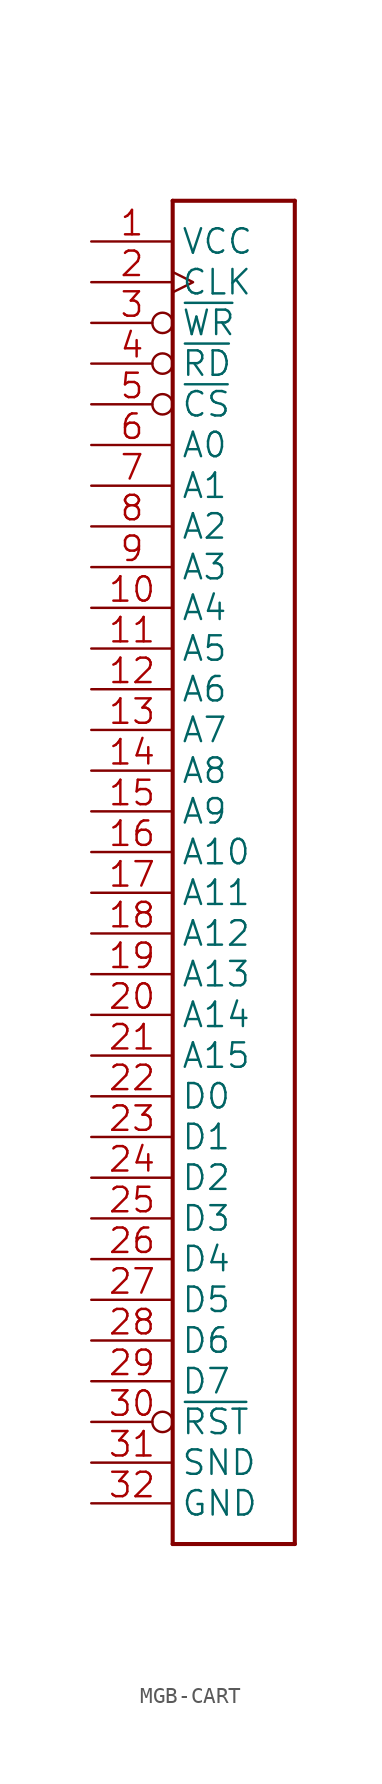
<source format=kicad_sym>
(kicad_symbol_lib
  (version 20241209)
  (generator "kicad_symbol_editor")
  (generator_version "9.0")
  (symbol "MGB-CART"
    (property "Reference" ""
      (at 0 0 0)
      (effects (font (size 1.27 1.27)) (hide yes)))
    (property "ki_locked" ""
      (at 0 0 0)
      (effects (font (size 1.27 1.27))))
    (symbol "MGB-CART_1_0"
      (polyline (pts (xy 0 40.64) (xy 7.62 40.64)) (stroke (width 0.254) (type solid)) (fill (type none)))
      (polyline (pts (xy 0 -43.18) (xy 0 40.64)) (stroke (width 0.254) (type solid)) (fill (type none)))
      (polyline (pts (xy 7.62 40.64) (xy 7.62 -43.18)) (stroke (width 0.254) (type solid)) (fill (type none)))
      (polyline (pts (xy 7.62 -43.18) (xy 0 -43.18)) (stroke (width 0.254) (type solid)) (fill (type none)))
      (pin power_in line (at -5.08 38.1 0) (length 5.08) (name "VCC" (effects (font (size 1.524 1.524)))) (number "1" (effects (font (size 1.524 1.524)))))
      (pin input clock (at -5.08 35.56 0) (length 5.08) (name "CLK" (effects (font (size 1.524 1.524)))) (number "2" (effects (font (size 1.524 1.524)))))
      (pin output inverted (at -5.08 33.02 0) (length 5.08) (name "~{WR}" (effects (font (size 1.524 1.524)))) (number "3" (effects (font (size 1.524 1.524)))))
      (pin output inverted (at -5.08 30.48 0) (length 5.08) (name "~{RD}" (effects (font (size 1.524 1.524)))) (number "4" (effects (font (size 1.524 1.524)))))
      (pin output inverted (at -5.08 27.94 0) (length 5.08) (name "~{CS}" (effects (font (size 1.524 1.524)))) (number "5" (effects (font (size 1.524 1.524)))))
      (pin output line (at -5.08 25.4 0) (length 5.08) (name "A0" (effects (font (size 1.524 1.524)))) (number "6" (effects (font (size 1.524 1.524)))))
      (pin output line (at -5.08 22.86 0) (length 5.08) (name "A1" (effects (font (size 1.524 1.524)))) (number "7" (effects (font (size 1.524 1.524)))))
      (pin output line (at -5.08 20.32 0) (length 5.08) (name "A2" (effects (font (size 1.524 1.524)))) (number "8" (effects (font (size 1.524 1.524)))))
      (pin output line (at -5.08 17.78 0) (length 5.08) (name "A3" (effects (font (size 1.524 1.524)))) (number "9" (effects (font (size 1.524 1.524)))))
      (pin output line (at -5.08 15.24 0) (length 5.08) (name "A4" (effects (font (size 1.524 1.524)))) (number "10" (effects (font (size 1.524 1.524)))))
      (pin output line (at -5.08 12.7 0) (length 5.08) (name "A5" (effects (font (size 1.524 1.524)))) (number "11" (effects (font (size 1.524 1.524)))))
      (pin output line (at -5.08 10.16 0) (length 5.08) (name "A6" (effects (font (size 1.524 1.524)))) (number "12" (effects (font (size 1.524 1.524)))))
      (pin output line (at -5.08 7.62 0) (length 5.08) (name "A7" (effects (font (size 1.524 1.524)))) (number "13" (effects (font (size 1.524 1.524)))))
      (pin output line (at -5.08 5.08 0) (length 5.08) (name "A8" (effects (font (size 1.524 1.524)))) (number "14" (effects (font (size 1.524 1.524)))))
      (pin output line (at -5.08 2.54 0) (length 5.08) (name "A9" (effects (font (size 1.524 1.524)))) (number "15" (effects (font (size 1.524 1.524)))))
      (pin output line (at -5.08 0 0) (length 5.08) (name "A10" (effects (font (size 1.524 1.524)))) (number "16" (effects (font (size 1.524 1.524)))))
      (pin output line (at -5.08 -2.54 0) (length 5.08) (name "A11" (effects (font (size 1.524 1.524)))) (number "17" (effects (font (size 1.524 1.524)))))
      (pin output line (at -5.08 -5.08 0) (length 5.08) (name "A12" (effects (font (size 1.524 1.524)))) (number "18" (effects (font (size 1.524 1.524)))))
      (pin output line (at -5.08 -7.62 0) (length 5.08) (name "A13" (effects (font (size 1.524 1.524)))) (number "19" (effects (font (size 1.524 1.524)))))
      (pin output line (at -5.08 -10.16 0) (length 5.08) (name "A14" (effects (font (size 1.524 1.524)))) (number "20" (effects (font (size 1.524 1.524)))))
      (pin output line (at -5.08 -12.7 0) (length 5.08) (name "A15" (effects (font (size 1.524 1.524)))) (number "21" (effects (font (size 1.524 1.524)))))
      (pin bidirectional line (at -5.08 -15.24 0) (length 5.08) (name "D0" (effects (font (size 1.524 1.524)))) (number "22" (effects (font (size 1.524 1.524)))))
      (pin bidirectional line (at -5.08 -17.78 0) (length 5.08) (name "D1" (effects (font (size 1.524 1.524)))) (number "23" (effects (font (size 1.524 1.524)))))
      (pin bidirectional line (at -5.08 -20.32 0) (length 5.08) (name "D2" (effects (font (size 1.524 1.524)))) (number "24" (effects (font (size 1.524 1.524)))))
      (pin bidirectional line (at -5.08 -22.86 0) (length 5.08) (name "D3" (effects (font (size 1.524 1.524)))) (number "25" (effects (font (size 1.524 1.524)))))
      (pin bidirectional line (at -5.08 -25.4 0) (length 5.08) (name "D4" (effects (font (size 1.524 1.524)))) (number "26" (effects (font (size 1.524 1.524)))))
      (pin bidirectional line (at -5.08 -27.94 0) (length 5.08) (name "D5" (effects (font (size 1.524 1.524)))) (number "27" (effects (font (size 1.524 1.524)))))
      (pin bidirectional line (at -5.08 -30.48 0) (length 5.08) (name "D6" (effects (font (size 1.524 1.524)))) (number "28" (effects (font (size 1.524 1.524)))))
      (pin bidirectional line (at -5.08 -33.02 0) (length 5.08) (name "D7" (effects (font (size 1.524 1.524)))) (number "29" (effects (font (size 1.524 1.524)))))
      (pin output inverted (at -5.08 -35.56 0) (length 5.08) (name "~{RST}" (effects (font (size 1.524 1.524)))) (number "30" (effects (font (size 1.524 1.524)))))
      (pin input line (at -5.08 -38.1 0) (length 5.08) (name "SND" (effects (font (size 1.524 1.524)))) (number "31" (effects (font (size 1.524 1.524)))))
      (pin power_in line (at -5.08 -40.64 0) (length 5.08) (name "GND" (effects (font (size 1.524 1.524)))) (number "32" (effects (font (size 1.524 1.524))))))))
</source>
